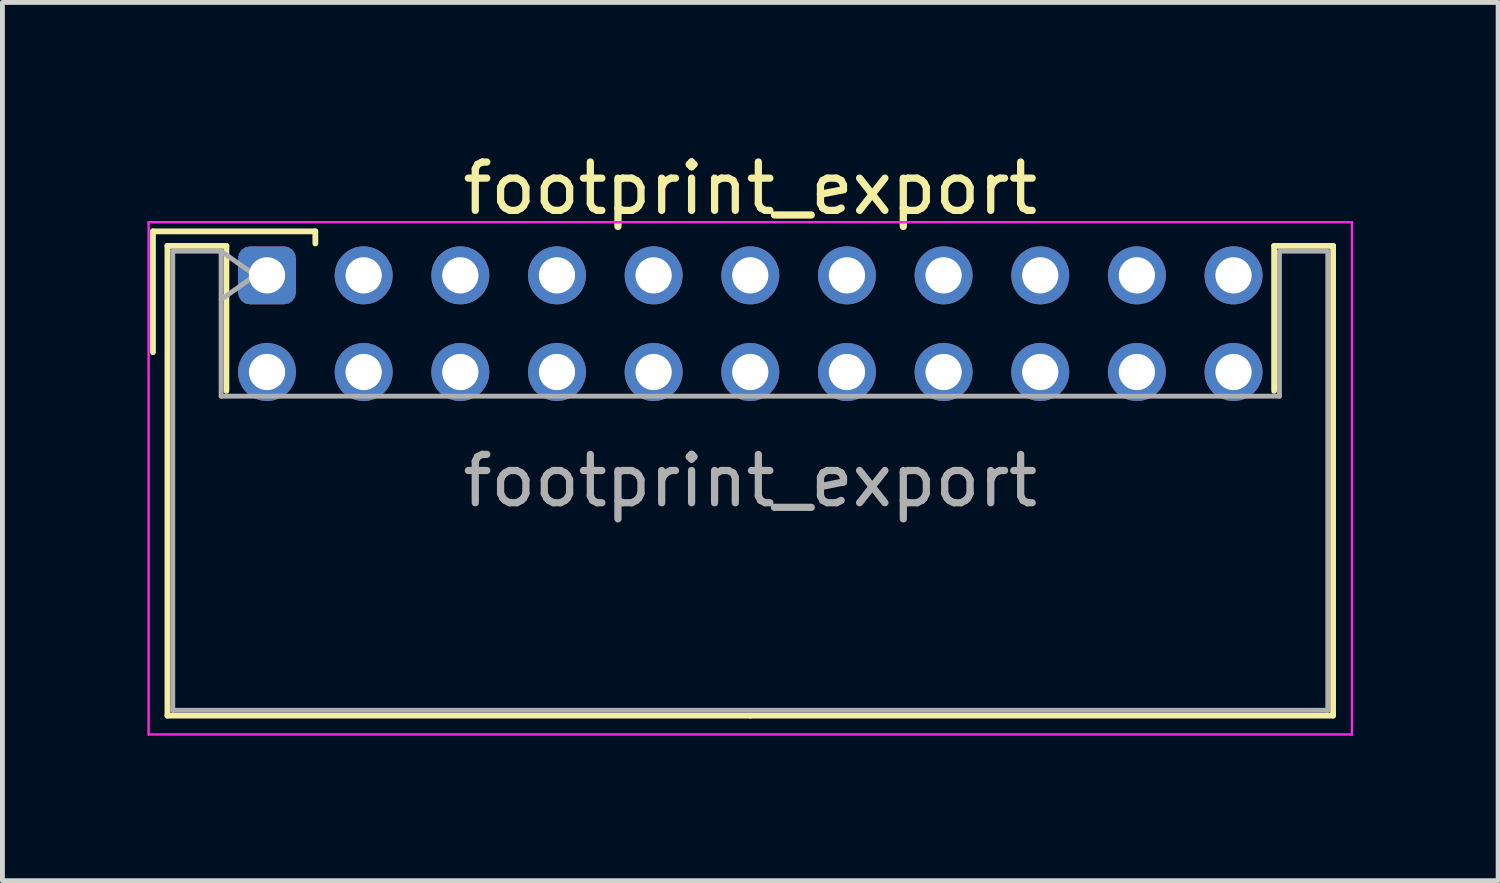
<source format=kicad_pcb>
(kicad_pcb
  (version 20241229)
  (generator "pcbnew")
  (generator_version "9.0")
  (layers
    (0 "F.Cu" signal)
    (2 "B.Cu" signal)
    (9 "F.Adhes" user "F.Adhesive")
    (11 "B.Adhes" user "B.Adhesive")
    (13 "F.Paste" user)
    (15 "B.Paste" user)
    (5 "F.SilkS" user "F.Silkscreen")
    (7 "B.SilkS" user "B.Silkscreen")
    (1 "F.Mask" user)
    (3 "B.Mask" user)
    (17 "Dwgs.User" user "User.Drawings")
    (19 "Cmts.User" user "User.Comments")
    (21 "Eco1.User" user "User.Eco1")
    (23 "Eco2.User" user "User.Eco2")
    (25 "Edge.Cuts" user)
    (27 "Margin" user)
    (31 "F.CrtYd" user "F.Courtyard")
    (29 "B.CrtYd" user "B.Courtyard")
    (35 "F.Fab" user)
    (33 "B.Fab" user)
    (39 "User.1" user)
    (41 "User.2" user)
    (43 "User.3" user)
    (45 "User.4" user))
  (footprint "footprint_export"
    (layer "F.Cu")
    (at 2.475 2.648)
    (property "Reference" "footprint_export" (at 10 -1.8 0) (layer "F.SilkS") (effects (font (size 1 1) (thickness 0.15))))
    (attr through_hole)
    (fp_line (start -2.36 -0.91) (end -2.36 1.59) (stroke (width 0.12) (type solid)) (layer "F.SilkS"))
    (fp_line (start -2.06 -0.61) (end -2.06 9.11) (stroke (width 0.12) (type solid)) (layer "F.SilkS"))
    (fp_line (start -2.06 9.11) (end 10 9.11) (stroke (width 0.12) (type solid)) (layer "F.SilkS"))
    (fp_line (start -0.84 -0.61) (end -2.06 -0.61) (stroke (width 0.12) (type solid)) (layer "F.SilkS"))
    (fp_line (start -0.84 2.39) (end -0.84 -0.61) (stroke (width 0.12) (type solid)) (layer "F.SilkS"))
    (fp_line (start 1 -0.91) (end -2.36 -0.91) (stroke (width 0.12) (type solid)) (layer "F.SilkS"))
    (fp_line (start 1 -0.66) (end 1 -0.91) (stroke (width 0.12) (type solid)) (layer "F.SilkS"))
    (fp_line (start 20.84 -0.61) (end 22.06 -0.61) (stroke (width 0.12) (type solid)) (layer "F.SilkS"))
    (fp_line (start 20.84 2.39) (end 20.84 -0.61) (stroke (width 0.12) (type solid)) (layer "F.SilkS"))
    (fp_line (start 22.06 -0.61) (end 22.06 9.11) (stroke (width 0.12) (type solid)) (layer "F.SilkS"))
    (fp_line (start 22.06 9.11) (end 10 9.11) (stroke (width 0.12) (type solid)) (layer "F.SilkS"))
    (fp_line (start -2.45 -1.1) (end -2.45 9.5) (stroke (width 0.05) (type solid)) (layer "F.CrtYd"))
    (fp_line (start -2.45 9.5) (end 22.45 9.5) (stroke (width 0.05) (type solid)) (layer "F.CrtYd"))
    (fp_line (start 22.45 -1.1) (end -2.45 -1.1) (stroke (width 0.05) (type solid)) (layer "F.CrtYd"))
    (fp_line (start 22.45 9.5) (end 22.45 -1.1) (stroke (width 0.05) (type solid)) (layer "F.CrtYd"))
    (fp_line (start -1.95 -0.5) (end -0.95 -0.5) (stroke (width 0.1) (type solid)) (layer "F.Fab"))
    (fp_line (start -1.95 9) (end -1.95 -0.5) (stroke (width 0.1) (type solid)) (layer "F.Fab"))
    (fp_line (start -0.95 -0.5) (end -0.95 2.5) (stroke (width 0.1) (type solid)) (layer "F.Fab"))
    (fp_line (start -0.95 -0.5) (end -0.243 0) (stroke (width 0.1) (type solid)) (layer "F.Fab"))
    (fp_line (start -0.95 2.5) (end 20.95 2.5) (stroke (width 0.1) (type solid)) (layer "F.Fab"))
    (fp_line (start -0.243 0) (end -0.95 0.5) (stroke (width 0.1) (type solid)) (layer "F.Fab"))
    (fp_line (start 20.95 -0.5) (end 21.95 -0.5) (stroke (width 0.1) (type solid)) (layer "F.Fab"))
    (fp_line (start 20.95 2.5) (end 20.95 -0.5) (stroke (width 0.1) (type solid)) (layer "F.Fab"))
    (fp_line (start 21.95 -0.5) (end 21.95 9) (stroke (width 0.1) (type solid)) (layer "F.Fab"))
    (fp_line (start 21.95 9) (end -1.95 9) (stroke (width 0.1) (type solid)) (layer "F.Fab"))
    (fp_text user "${REFERENCE}" (at 10 4.25 0) (layer "F.Fab") (effects (font (size 1 1) (thickness 0.15))))
    (pad "1" thru_hole roundrect (at 0 0) (size 1.2 1.2) (drill 0.75) (layers "*.Cu" "*.Mask") (roundrect_rratio 0.208))
    (pad "2" thru_hole circle (at 0 2) (size 1.2 1.2) (drill 0.75) (layers "*.Cu" "*.Mask"))
    (pad "3" thru_hole circle (at 2 0) (size 1.2 1.2) (drill 0.75) (layers "*.Cu" "*.Mask"))
    (pad "4" thru_hole circle (at 2 2) (size 1.2 1.2) (drill 0.75) (layers "*.Cu" "*.Mask"))
    (pad "5" thru_hole circle (at 4 0) (size 1.2 1.2) (drill 0.75) (layers "*.Cu" "*.Mask"))
    (pad "6" thru_hole circle (at 4 2) (size 1.2 1.2) (drill 0.75) (layers "*.Cu" "*.Mask"))
    (pad "7" thru_hole circle (at 6 0) (size 1.2 1.2) (drill 0.75) (layers "*.Cu" "*.Mask"))
    (pad "8" thru_hole circle (at 6 2) (size 1.2 1.2) (drill 0.75) (layers "*.Cu" "*.Mask"))
    (pad "9" thru_hole circle (at 8 0) (size 1.2 1.2) (drill 0.75) (layers "*.Cu" "*.Mask"))
    (pad "10" thru_hole circle (at 8 2) (size 1.2 1.2) (drill 0.75) (layers "*.Cu" "*.Mask"))
    (pad "11" thru_hole circle (at 10 0) (size 1.2 1.2) (drill 0.75) (layers "*.Cu" "*.Mask"))
    (pad "12" thru_hole circle (at 10 2) (size 1.2 1.2) (drill 0.75) (layers "*.Cu" "*.Mask"))
    (pad "13" thru_hole circle (at 12 0) (size 1.2 1.2) (drill 0.75) (layers "*.Cu" "*.Mask"))
    (pad "14" thru_hole circle (at 12 2) (size 1.2 1.2) (drill 0.75) (layers "*.Cu" "*.Mask"))
    (pad "15" thru_hole circle (at 14 0) (size 1.2 1.2) (drill 0.75) (layers "*.Cu" "*.Mask"))
    (pad "16" thru_hole circle (at 14 2) (size 1.2 1.2) (drill 0.75) (layers "*.Cu" "*.Mask"))
    (pad "17" thru_hole circle (at 16 0) (size 1.2 1.2) (drill 0.75) (layers "*.Cu" "*.Mask"))
    (pad "18" thru_hole circle (at 16 2) (size 1.2 1.2) (drill 0.75) (layers "*.Cu" "*.Mask"))
    (pad "19" thru_hole circle (at 18 0) (size 1.2 1.2) (drill 0.75) (layers "*.Cu" "*.Mask"))
    (pad "20" thru_hole circle (at 18 2) (size 1.2 1.2) (drill 0.75) (layers "*.Cu" "*.Mask"))
    (pad "21" thru_hole circle (at 20 0) (size 1.2 1.2) (drill 0.75) (layers "*.Cu" "*.Mask"))
    (pad "22" thru_hole circle (at 20 2) (size 1.2 1.2) (drill 0.75) (layers "*.Cu" "*.Mask")))
  (gr_rect
    (start -3 -3)
    (end 27.95 15.173)
    (stroke (width 0.1) (type default))
    (fill no)
    (layer "Edge.Cuts")))
</source>
